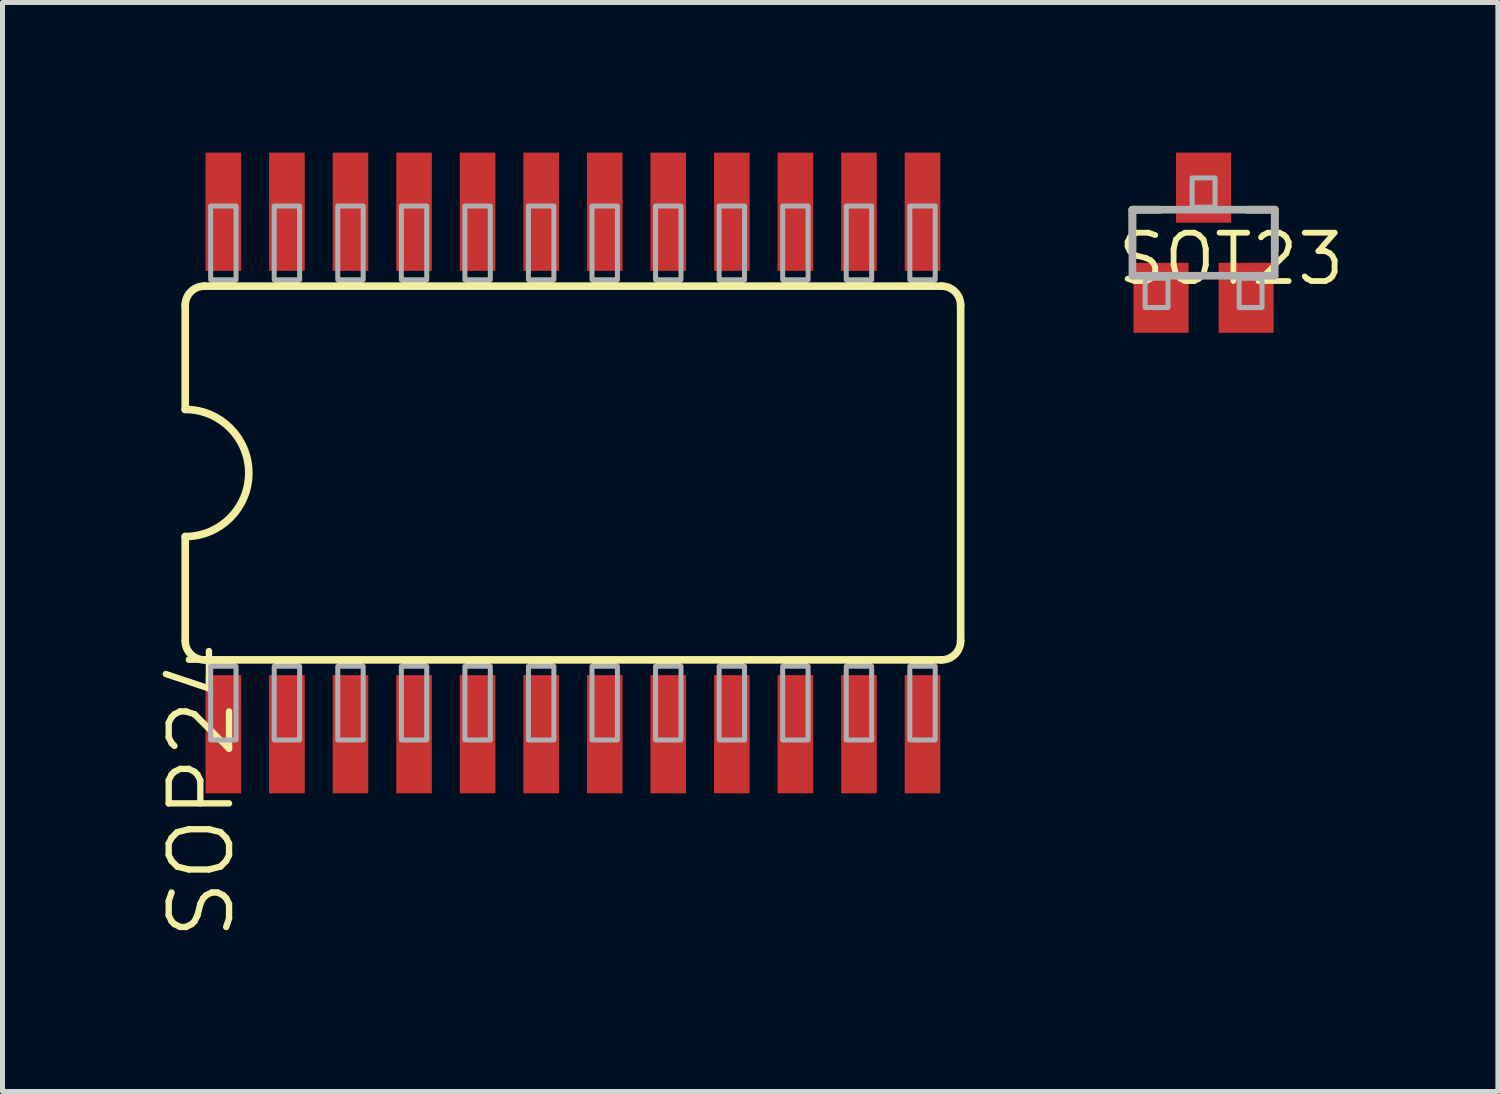
<source format=kicad_pcb>
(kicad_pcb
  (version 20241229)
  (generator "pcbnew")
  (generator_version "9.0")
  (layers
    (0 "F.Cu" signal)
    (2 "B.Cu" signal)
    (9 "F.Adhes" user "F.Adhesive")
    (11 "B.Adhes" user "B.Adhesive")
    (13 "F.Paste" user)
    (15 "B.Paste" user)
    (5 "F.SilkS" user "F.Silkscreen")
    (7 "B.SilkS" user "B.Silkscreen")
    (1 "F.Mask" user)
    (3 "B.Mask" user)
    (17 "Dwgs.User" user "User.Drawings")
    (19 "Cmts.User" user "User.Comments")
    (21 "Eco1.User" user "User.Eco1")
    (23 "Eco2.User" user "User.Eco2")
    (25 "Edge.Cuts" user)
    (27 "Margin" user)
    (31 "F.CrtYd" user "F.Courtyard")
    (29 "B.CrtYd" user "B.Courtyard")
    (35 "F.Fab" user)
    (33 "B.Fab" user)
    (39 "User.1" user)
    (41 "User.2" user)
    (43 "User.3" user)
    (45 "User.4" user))
  (footprint "SOP24"
    (layer "F.Cu")
    (at 8.398 6.401)
    (property "Reference" "SOP24" (at -8.128 3.302 90) (layer "F.SilkS") (effects (font (size 1.206 1.206) (thickness 0.127)) (justify right top)))
    (attr through_hole)
    (fp_line (start -7.747 -3.353) (end -7.747 -1.27) (stroke (width 0.152) (type solid)) (layer "F.SilkS"))
    (fp_line (start -7.747 1.27) (end -7.747 3.353) (stroke (width 0.152) (type solid)) (layer "F.SilkS"))
    (fp_line (start -7.366 3.734) (end 7.366 3.734) (stroke (width 0.152) (type solid)) (layer "F.SilkS"))
    (fp_line (start 7.366 -3.734) (end -7.366 -3.734) (stroke (width 0.152) (type solid)) (layer "F.SilkS"))
    (fp_line (start 7.747 3.353) (end 7.747 -3.353) (stroke (width 0.152) (type solid)) (layer "F.SilkS"))
    (fp_arc (start -7.747 -3.3528) (mid -7.635408 -3.622208) (end -7.366 -3.7338) (stroke (width 0.1524) (type solid)) (layer "F.SilkS"))
    (fp_arc (start -7.747 -1.27) (mid -6.477 0) (end -7.747 1.27) (stroke (width 0.1524) (type solid)) (layer "F.SilkS"))
    (fp_arc (start -7.366 3.7338) (mid -7.635408 3.622208) (end -7.747 3.3528) (stroke (width 0.1524) (type solid)) (layer "F.SilkS"))
    (fp_arc (start 7.366 -3.7338) (mid 7.635408 -3.622208) (end 7.747 -3.3528) (stroke (width 0.1524) (type solid)) (layer "F.SilkS"))
    (fp_arc (start 7.747 3.3528) (mid 7.635408 3.622208) (end 7.366 3.7338) (stroke (width 0.1524) (type solid)) (layer "F.SilkS"))
    (fp_poly (pts (xy -7.239 -3.734) (xy -6.731 -3.734) (xy -6.731 -3.861) (xy -7.239 -3.861)) (stroke (width 0) (type solid)) (fill yes) (layer "F.SilkS"))
    (fp_poly (pts (xy -7.239 3.861) (xy -6.731 3.861) (xy -6.731 3.734) (xy -7.239 3.734)) (stroke (width 0) (type solid)) (fill yes) (layer "F.SilkS"))
    (fp_poly (pts (xy -5.969 -3.734) (xy -5.461 -3.734) (xy -5.461 -3.861) (xy -5.969 -3.861)) (stroke (width 0) (type solid)) (fill yes) (layer "F.SilkS"))
    (fp_poly (pts (xy -5.969 3.861) (xy -5.461 3.861) (xy -5.461 3.734) (xy -5.969 3.734)) (stroke (width 0) (type solid)) (fill yes) (layer "F.SilkS"))
    (fp_poly (pts (xy -4.699 -3.734) (xy -4.191 -3.734) (xy -4.191 -3.861) (xy -4.699 -3.861)) (stroke (width 0) (type solid)) (fill yes) (layer "F.SilkS"))
    (fp_poly (pts (xy -4.699 3.861) (xy -4.191 3.861) (xy -4.191 3.734) (xy -4.699 3.734)) (stroke (width 0) (type solid)) (fill yes) (layer "F.SilkS"))
    (fp_poly (pts (xy -3.429 -3.734) (xy -2.921 -3.734) (xy -2.921 -3.861) (xy -3.429 -3.861)) (stroke (width 0) (type solid)) (fill yes) (layer "F.SilkS"))
    (fp_poly (pts (xy -3.429 3.861) (xy -2.921 3.861) (xy -2.921 3.734) (xy -3.429 3.734)) (stroke (width 0) (type solid)) (fill yes) (layer "F.SilkS"))
    (fp_poly (pts (xy -2.159 -3.734) (xy -1.651 -3.734) (xy -1.651 -3.861) (xy -2.159 -3.861)) (stroke (width 0) (type solid)) (fill yes) (layer "F.SilkS"))
    (fp_poly (pts (xy -2.159 3.861) (xy -1.651 3.861) (xy -1.651 3.734) (xy -2.159 3.734)) (stroke (width 0) (type solid)) (fill yes) (layer "F.SilkS"))
    (fp_poly (pts (xy -0.889 -3.734) (xy -0.381 -3.734) (xy -0.381 -3.861) (xy -0.889 -3.861)) (stroke (width 0) (type solid)) (fill yes) (layer "F.SilkS"))
    (fp_poly (pts (xy -0.889 3.861) (xy -0.381 3.861) (xy -0.381 3.734) (xy -0.889 3.734)) (stroke (width 0) (type solid)) (fill yes) (layer "F.SilkS"))
    (fp_poly (pts (xy 0.381 -3.734) (xy 0.889 -3.734) (xy 0.889 -3.861) (xy 0.381 -3.861)) (stroke (width 0) (type solid)) (fill yes) (layer "F.SilkS"))
    (fp_poly (pts (xy 0.381 3.861) (xy 0.889 3.861) (xy 0.889 3.734) (xy 0.381 3.734)) (stroke (width 0) (type solid)) (fill yes) (layer "F.SilkS"))
    (fp_poly (pts (xy 1.651 -3.734) (xy 2.159 -3.734) (xy 2.159 -3.861) (xy 1.651 -3.861)) (stroke (width 0) (type solid)) (fill yes) (layer "F.SilkS"))
    (fp_poly (pts (xy 1.651 3.861) (xy 2.159 3.861) (xy 2.159 3.734) (xy 1.651 3.734)) (stroke (width 0) (type solid)) (fill yes) (layer "F.SilkS"))
    (fp_poly (pts (xy 2.921 -3.734) (xy 3.429 -3.734) (xy 3.429 -3.861) (xy 2.921 -3.861)) (stroke (width 0) (type solid)) (fill yes) (layer "F.SilkS"))
    (fp_poly (pts (xy 2.921 3.861) (xy 3.429 3.861) (xy 3.429 3.734) (xy 2.921 3.734)) (stroke (width 0) (type solid)) (fill yes) (layer "F.SilkS"))
    (fp_poly (pts (xy 4.191 -3.734) (xy 4.699 -3.734) (xy 4.699 -3.861) (xy 4.191 -3.861)) (stroke (width 0) (type solid)) (fill yes) (layer "F.SilkS"))
    (fp_poly (pts (xy 4.191 3.861) (xy 4.699 3.861) (xy 4.699 3.734) (xy 4.191 3.734)) (stroke (width 0) (type solid)) (fill yes) (layer "F.SilkS"))
    (fp_poly (pts (xy 5.461 -3.734) (xy 5.969 -3.734) (xy 5.969 -3.861) (xy 5.461 -3.861)) (stroke (width 0) (type solid)) (fill yes) (layer "F.SilkS"))
    (fp_poly (pts (xy 5.461 3.861) (xy 5.969 3.861) (xy 5.969 3.734) (xy 5.461 3.734)) (stroke (width 0) (type solid)) (fill yes) (layer "F.SilkS"))
    (fp_poly (pts (xy 6.731 -3.734) (xy 7.239 -3.734) (xy 7.239 -3.861) (xy 6.731 -3.861)) (stroke (width 0) (type solid)) (fill yes) (layer "F.SilkS"))
    (fp_poly (pts (xy 6.731 3.861) (xy 7.239 3.861) (xy 7.239 3.734) (xy 6.731 3.734)) (stroke (width 0) (type solid)) (fill yes) (layer "F.SilkS"))
    (fp_poly (pts (xy -7.239 -3.861) (xy -6.731 -3.861) (xy -6.731 -5.334) (xy -7.239 -5.334)) (stroke (width 0.1) (type solid)) (fill no) (layer "F.Fab"))
    (fp_poly (pts (xy -7.239 5.334) (xy -6.731 5.334) (xy -6.731 3.861) (xy -7.239 3.861)) (stroke (width 0.1) (type solid)) (fill no) (layer "F.Fab"))
    (fp_poly (pts (xy -5.969 -3.861) (xy -5.461 -3.861) (xy -5.461 -5.334) (xy -5.969 -5.334)) (stroke (width 0.1) (type solid)) (fill no) (layer "F.Fab"))
    (fp_poly (pts (xy -5.969 5.334) (xy -5.461 5.334) (xy -5.461 3.861) (xy -5.969 3.861)) (stroke (width 0.1) (type solid)) (fill no) (layer "F.Fab"))
    (fp_poly (pts (xy -4.699 -3.861) (xy -4.191 -3.861) (xy -4.191 -5.334) (xy -4.699 -5.334)) (stroke (width 0.1) (type solid)) (fill no) (layer "F.Fab"))
    (fp_poly (pts (xy -4.699 5.334) (xy -4.191 5.334) (xy -4.191 3.861) (xy -4.699 3.861)) (stroke (width 0.1) (type solid)) (fill no) (layer "F.Fab"))
    (fp_poly (pts (xy -3.429 -3.861) (xy -2.921 -3.861) (xy -2.921 -5.334) (xy -3.429 -5.334)) (stroke (width 0.1) (type solid)) (fill no) (layer "F.Fab"))
    (fp_poly (pts (xy -3.429 5.334) (xy -2.921 5.334) (xy -2.921 3.861) (xy -3.429 3.861)) (stroke (width 0.1) (type solid)) (fill no) (layer "F.Fab"))
    (fp_poly (pts (xy -2.159 -3.861) (xy -1.651 -3.861) (xy -1.651 -5.334) (xy -2.159 -5.334)) (stroke (width 0.1) (type solid)) (fill no) (layer "F.Fab"))
    (fp_poly (pts (xy -2.159 5.334) (xy -1.651 5.334) (xy -1.651 3.861) (xy -2.159 3.861)) (stroke (width 0.1) (type solid)) (fill no) (layer "F.Fab"))
    (fp_poly (pts (xy -0.889 -3.861) (xy -0.381 -3.861) (xy -0.381 -5.334) (xy -0.889 -5.334)) (stroke (width 0.1) (type solid)) (fill no) (layer "F.Fab"))
    (fp_poly (pts (xy -0.889 5.334) (xy -0.381 5.334) (xy -0.381 3.861) (xy -0.889 3.861)) (stroke (width 0.1) (type solid)) (fill no) (layer "F.Fab"))
    (fp_poly (pts (xy 0.381 -3.861) (xy 0.889 -3.861) (xy 0.889 -5.334) (xy 0.381 -5.334)) (stroke (width 0.1) (type solid)) (fill no) (layer "F.Fab"))
    (fp_poly (pts (xy 0.381 5.334) (xy 0.889 5.334) (xy 0.889 3.861) (xy 0.381 3.861)) (stroke (width 0.1) (type solid)) (fill no) (layer "F.Fab"))
    (fp_poly (pts (xy 1.651 -3.861) (xy 2.159 -3.861) (xy 2.159 -5.334) (xy 1.651 -5.334)) (stroke (width 0.1) (type solid)) (fill no) (layer "F.Fab"))
    (fp_poly (pts (xy 1.651 5.334) (xy 2.159 5.334) (xy 2.159 3.861) (xy 1.651 3.861)) (stroke (width 0.1) (type solid)) (fill no) (layer "F.Fab"))
    (fp_poly (pts (xy 2.921 -3.861) (xy 3.429 -3.861) (xy 3.429 -5.334) (xy 2.921 -5.334)) (stroke (width 0.1) (type solid)) (fill no) (layer "F.Fab"))
    (fp_poly (pts (xy 2.921 5.334) (xy 3.429 5.334) (xy 3.429 3.861) (xy 2.921 3.861)) (stroke (width 0.1) (type solid)) (fill no) (layer "F.Fab"))
    (fp_poly (pts (xy 4.191 -3.861) (xy 4.699 -3.861) (xy 4.699 -5.334) (xy 4.191 -5.334)) (stroke (width 0.1) (type solid)) (fill no) (layer "F.Fab"))
    (fp_poly (pts (xy 4.191 5.334) (xy 4.699 5.334) (xy 4.699 3.861) (xy 4.191 3.861)) (stroke (width 0.1) (type solid)) (fill no) (layer "F.Fab"))
    (fp_poly (pts (xy 5.461 -3.861) (xy 5.969 -3.861) (xy 5.969 -5.334) (xy 5.461 -5.334)) (stroke (width 0.1) (type solid)) (fill no) (layer "F.Fab"))
    (fp_poly (pts (xy 5.461 5.334) (xy 5.969 5.334) (xy 5.969 3.861) (xy 5.461 3.861)) (stroke (width 0.1) (type solid)) (fill no) (layer "F.Fab"))
    (fp_poly (pts (xy 6.731 -3.861) (xy 7.239 -3.861) (xy 7.239 -5.334) (xy 6.731 -5.334)) (stroke (width 0.1) (type solid)) (fill no) (layer "F.Fab"))
    (fp_poly (pts (xy 6.731 5.334) (xy 7.239 5.334) (xy 7.239 3.861) (xy 6.731 3.861)) (stroke (width 0.1) (type solid)) (fill no) (layer "F.Fab"))
    (pad "1" smd rect (at -6.985 5.22) (size 0.711 2.362) (layers "F.Cu" "F.Mask" "F.Paste"))
    (pad "2" smd rect (at -5.715 5.22) (size 0.711 2.362) (layers "F.Cu" "F.Mask" "F.Paste"))
    (pad "3" smd rect (at -4.445 5.22) (size 0.711 2.362) (layers "F.Cu" "F.Mask" "F.Paste"))
    (pad "4" smd rect (at -3.175 5.22) (size 0.711 2.362) (layers "F.Cu" "F.Mask" "F.Paste"))
    (pad "5" smd rect (at -1.905 5.22) (size 0.711 2.362) (layers "F.Cu" "F.Mask" "F.Paste"))
    (pad "6" smd rect (at -0.635 5.22) (size 0.711 2.362) (layers "F.Cu" "F.Mask" "F.Paste"))
    (pad "7" smd rect (at 0.635 5.22) (size 0.711 2.362) (layers "F.Cu" "F.Mask" "F.Paste"))
    (pad "8" smd rect (at 1.905 5.22) (size 0.711 2.362) (layers "F.Cu" "F.Mask" "F.Paste"))
    (pad "9" smd rect (at 3.175 5.22) (size 0.711 2.362) (layers "F.Cu" "F.Mask" "F.Paste"))
    (pad "10" smd rect (at 4.445 5.22) (size 0.711 2.362) (layers "F.Cu" "F.Mask" "F.Paste"))
    (pad "11" smd rect (at 5.715 5.22) (size 0.711 2.362) (layers "F.Cu" "F.Mask" "F.Paste"))
    (pad "12" smd rect (at 6.985 5.22) (size 0.711 2.362) (layers "F.Cu" "F.Mask" "F.Paste"))
    (pad "13" smd rect (at 6.985 -5.22) (size 0.711 2.362) (layers "F.Cu" "F.Mask" "F.Paste"))
    (pad "14" smd rect (at 5.715 -5.22) (size 0.711 2.362) (layers "F.Cu" "F.Mask" "F.Paste"))
    (pad "15" smd rect (at 4.445 -5.22) (size 0.711 2.362) (layers "F.Cu" "F.Mask" "F.Paste"))
    (pad "16" smd rect (at 3.175 -5.22) (size 0.711 2.362) (layers "F.Cu" "F.Mask" "F.Paste"))
    (pad "17" smd rect (at 1.905 -5.22) (size 0.711 2.362) (layers "F.Cu" "F.Mask" "F.Paste"))
    (pad "18" smd rect (at 0.635 -5.22) (size 0.711 2.362) (layers "F.Cu" "F.Mask" "F.Paste"))
    (pad "19" smd rect (at -0.635 -5.22) (size 0.711 2.362) (layers "F.Cu" "F.Mask" "F.Paste"))
    (pad "20" smd rect (at -1.905 -5.22) (size 0.711 2.362) (layers "F.Cu" "F.Mask" "F.Paste"))
    (pad "21" smd rect (at -3.175 -5.22) (size 0.711 2.362) (layers "F.Cu" "F.Mask" "F.Paste"))
    (pad "22" smd rect (at -4.445 -5.22) (size 0.711 2.362) (layers "F.Cu" "F.Mask" "F.Paste"))
    (pad "23" smd rect (at -5.715 -5.22) (size 0.711 2.362) (layers "F.Cu" "F.Mask" "F.Paste"))
    (pad "24" smd rect (at -6.985 -5.22) (size 0.711 2.362) (layers "F.Cu" "F.Mask" "F.Paste")))
  (footprint "SOT23"
    (layer "F.Cu")
    (at 20.999 1.8)
    (property "Reference" "SOT23" (at -1.778 0.889 0) (layer "F.SilkS") (effects (font (size 0.965 0.965) (thickness 0.116)) (justify left bottom)))
    (attr through_hole)
    (fp_line (start -1.422 -0.66) (end -0.864 -0.66) (stroke (width 0.152) (type solid)) (layer "F.SilkS"))
    (fp_line (start -1.422 0.152) (end -1.422 -0.66) (stroke (width 0.152) (type solid)) (layer "F.SilkS"))
    (fp_line (start 0.864 -0.66) (end 1.422 -0.66) (stroke (width 0.152) (type solid)) (layer "F.SilkS"))
    (fp_line (start 1.422 -0.66) (end 1.422 0.152) (stroke (width 0.152) (type solid)) (layer "F.SilkS"))
    (fp_line (start -1.422 -0.66) (end 1.422 -0.66) (stroke (width 0.152) (type solid)) (layer "F.Fab"))
    (fp_line (start -1.422 0.66) (end -1.422 -0.66) (stroke (width 0.152) (type solid)) (layer "F.Fab"))
    (fp_line (start 1.422 -0.66) (end 1.422 0.66) (stroke (width 0.152) (type solid)) (layer "F.Fab"))
    (fp_line (start 1.422 0.66) (end -1.422 0.66) (stroke (width 0.152) (type solid)) (layer "F.Fab"))
    (fp_poly (pts (xy -1.168 1.295) (xy -0.711 1.295) (xy -0.711 0.711) (xy -1.168 0.711)) (stroke (width 0.1) (type solid)) (fill no) (layer "F.Fab"))
    (fp_poly (pts (xy -0.229 -0.711) (xy 0.229 -0.711) (xy 0.229 -1.295) (xy -0.229 -1.295)) (stroke (width 0.1) (type solid)) (fill no) (layer "F.Fab"))
    (fp_poly (pts (xy 0.711 1.295) (xy 1.168 1.295) (xy 1.168 0.711) (xy 0.711 0.711)) (stroke (width 0.1) (type solid)) (fill no) (layer "F.Fab"))
    (pad "1" smd rect (at -0.85 1.1) (size 1.1 1.4) (layers "F.Cu" "F.Mask" "F.Paste"))
    (pad "2" smd rect (at 0.85 1.1) (size 1.1 1.4) (layers "F.Cu" "F.Mask" "F.Paste"))
    (pad "3" smd rect (at 0 -1.1) (size 1.1 1.4) (layers "F.Cu" "F.Mask" "F.Paste")))
  (gr_rect
    (start -3 -3)
    (end 26.88 18.76)
    (stroke (width 0.1) (type default))
    (fill no)
    (layer "Edge.Cuts")))
</source>
